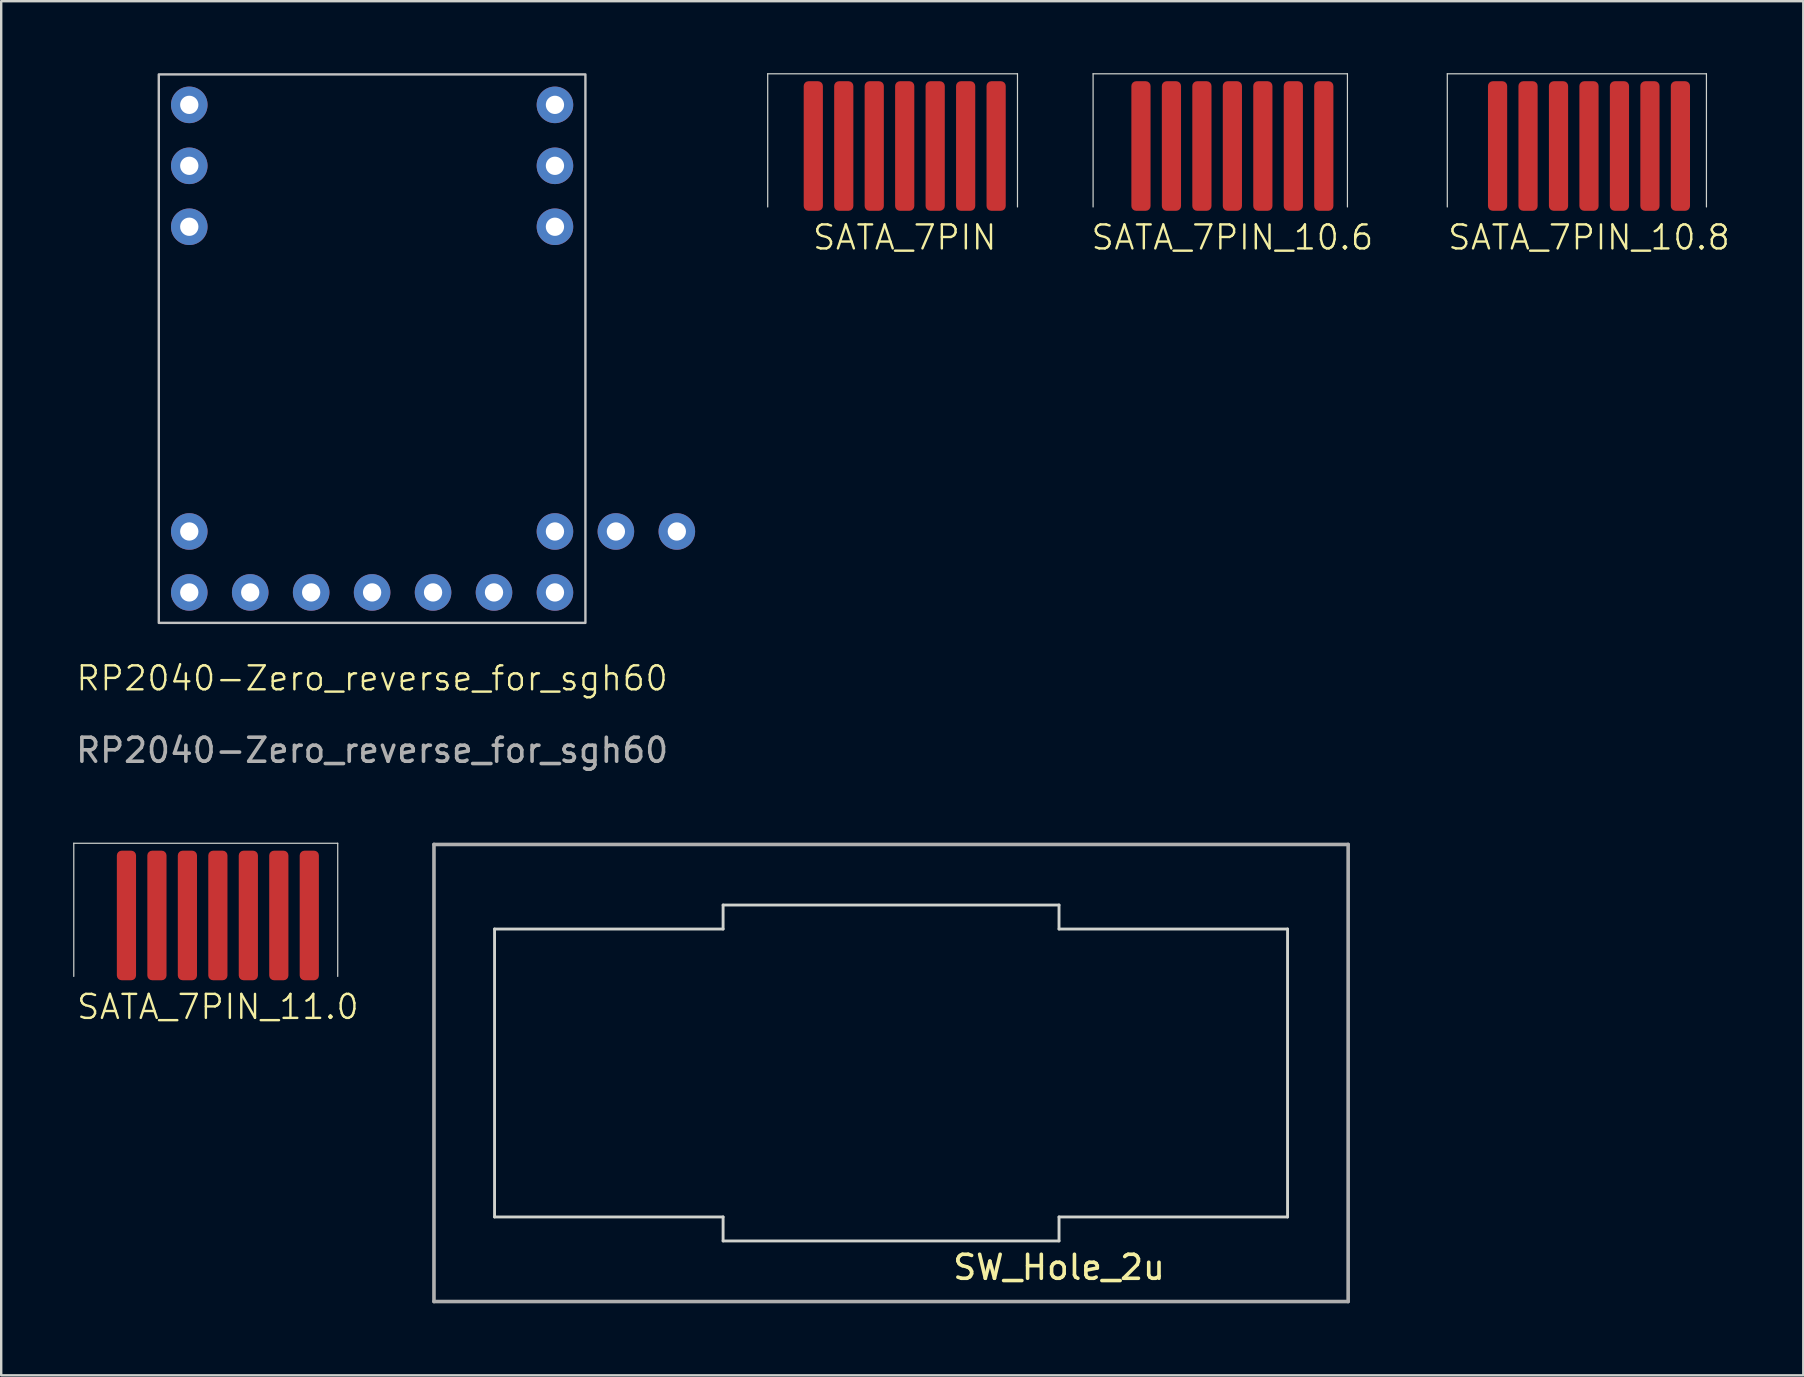
<source format=kicad_pcb>
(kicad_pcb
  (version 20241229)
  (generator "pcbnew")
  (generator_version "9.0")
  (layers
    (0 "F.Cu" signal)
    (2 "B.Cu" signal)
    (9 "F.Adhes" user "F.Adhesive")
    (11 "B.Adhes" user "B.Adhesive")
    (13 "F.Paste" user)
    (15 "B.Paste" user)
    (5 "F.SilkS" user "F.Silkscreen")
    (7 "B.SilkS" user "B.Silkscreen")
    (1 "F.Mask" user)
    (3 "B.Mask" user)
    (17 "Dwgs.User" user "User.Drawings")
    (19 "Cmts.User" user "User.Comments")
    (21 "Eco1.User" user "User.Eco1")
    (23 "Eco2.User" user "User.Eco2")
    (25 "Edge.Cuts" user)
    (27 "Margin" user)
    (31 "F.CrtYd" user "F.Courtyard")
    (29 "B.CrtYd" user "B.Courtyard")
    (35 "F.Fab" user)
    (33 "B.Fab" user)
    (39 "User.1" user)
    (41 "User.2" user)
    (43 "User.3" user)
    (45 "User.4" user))
  (footprint "SATA_7PIN_10.6"
    (layer "F.Cu")
    (at 48.311 3.035)
    (property "Reference" "SATA_7PIN_10.6" (at 0 3.81 0) (unlocked yes) (layer "F.SilkS") (effects (font (size 1 1) (thickness 0.1))))
    (attr smd)
    (fp_line (start -5.805 -3.01) (end -5.805 2.54) (stroke (width 0.05) (type default)) (layer "Edge.Cuts"))
    (fp_line (start 4.795 -3.01) (end -5.805 -3.01) (stroke (width 0.05) (type default)) (layer "Edge.Cuts"))
    (fp_line (start 4.795 -3.01) (end 4.795 2.54) (stroke (width 0.05) (type default)) (layer "Edge.Cuts"))
    (pad "1" smd roundrect (at -3.81 0 90) (size 5.4 0.8) (layers "F.Cu" "F.Mask" "F.Paste") (roundrect_rratio 0.25))
    (pad "2" smd roundrect (at -2.54 0 90) (size 5.4 0.8) (layers "F.Cu" "F.Mask" "F.Paste") (roundrect_rratio 0.25))
    (pad "3" smd roundrect (at -1.27 0 90) (size 5.4 0.8) (layers "F.Cu" "F.Mask" "F.Paste") (roundrect_rratio 0.25))
    (pad "4" smd roundrect (at 0 0 90) (size 5.4 0.8) (layers "F.Cu" "F.Mask" "F.Paste") (roundrect_rratio 0.25))
    (pad "5" smd roundrect (at 1.27 0 90) (size 5.4 0.8) (layers "F.Cu" "F.Mask" "F.Paste") (roundrect_rratio 0.25))
    (pad "6" smd roundrect (at 2.54 0 90) (size 5.4 0.8) (layers "F.Cu" "F.Mask" "F.Paste") (roundrect_rratio 0.25))
    (pad "7" smd roundrect (at 3.81 0 90) (size 5.4 0.8) (layers "F.Cu" "F.Mask" "F.Paste") (roundrect_rratio 0.25)))
  (footprint "SATA_7PIN"
    (layer "F.Cu")
    (at 34.655 3.035)
    (property "Reference" "SATA_7PIN" (at 0 3.81 0) (unlocked yes) (layer "F.SilkS") (effects (font (size 1 1) (thickness 0.1))))
    (attr smd)
    (fp_line (start -5.71 -3.01) (end -5.71 2.54) (stroke (width 0.05) (type default)) (layer "Edge.Cuts"))
    (fp_line (start 4.7 -3.01) (end -5.71 -3.01) (stroke (width 0.05) (type default)) (layer "Edge.Cuts"))
    (fp_line (start 4.7 -3.01) (end 4.7 2.54) (stroke (width 0.05) (type default)) (layer "Edge.Cuts"))
    (pad "1" smd roundrect (at -3.81 0 90) (size 5.4 0.8) (layers "F.Cu" "F.Mask" "F.Paste") (roundrect_rratio 0.25))
    (pad "2" smd roundrect (at -2.54 0 90) (size 5.4 0.8) (layers "F.Cu" "F.Mask" "F.Paste") (roundrect_rratio 0.25))
    (pad "3" smd roundrect (at -1.27 0 90) (size 5.4 0.8) (layers "F.Cu" "F.Mask" "F.Paste") (roundrect_rratio 0.25))
    (pad "4" smd roundrect (at 0 0 90) (size 5.4 0.8) (layers "F.Cu" "F.Mask" "F.Paste") (roundrect_rratio 0.25))
    (pad "5" smd roundrect (at 1.27 0 90) (size 5.4 0.8) (layers "F.Cu" "F.Mask" "F.Paste") (roundrect_rratio 0.25))
    (pad "6" smd roundrect (at 2.54 0 90) (size 5.4 0.8) (layers "F.Cu" "F.Mask" "F.Paste") (roundrect_rratio 0.25))
    (pad "7" smd roundrect (at 3.81 0 90) (size 5.4 0.8) (layers "F.Cu" "F.Mask" "F.Paste") (roundrect_rratio 0.25)))
  (footprint "SATA_7PIN_10.8"
    (layer "F.Cu")
    (at 63.173 3.035)
    (property "Reference" "SATA_7PIN_10.8" (at 0 3.81 0) (unlocked yes) (layer "F.SilkS") (effects (font (size 1 1) (thickness 0.1))))
    (attr smd)
    (fp_line (start -5.905 -3.01) (end -5.905 2.54) (stroke (width 0.05) (type default)) (layer "Edge.Cuts"))
    (fp_line (start 4.895 -3.01) (end -5.905 -3.01) (stroke (width 0.05) (type default)) (layer "Edge.Cuts"))
    (fp_line (start 4.895 -3.01) (end 4.895 2.54) (stroke (width 0.05) (type default)) (layer "Edge.Cuts"))
    (pad "1" smd roundrect (at -3.81 0 90) (size 5.4 0.8) (layers "F.Cu" "F.Mask" "F.Paste") (roundrect_rratio 0.25))
    (pad "2" smd roundrect (at -2.54 0 90) (size 5.4 0.8) (layers "F.Cu" "F.Mask" "F.Paste") (roundrect_rratio 0.25))
    (pad "3" smd roundrect (at -1.27 0 90) (size 5.4 0.8) (layers "F.Cu" "F.Mask" "F.Paste") (roundrect_rratio 0.25))
    (pad "4" smd roundrect (at 0 0 90) (size 5.4 0.8) (layers "F.Cu" "F.Mask" "F.Paste") (roundrect_rratio 0.25))
    (pad "5" smd roundrect (at 1.27 0 90) (size 5.4 0.8) (layers "F.Cu" "F.Mask" "F.Paste") (roundrect_rratio 0.25))
    (pad "6" smd roundrect (at 2.54 0 90) (size 5.4 0.8) (layers "F.Cu" "F.Mask" "F.Paste") (roundrect_rratio 0.25))
    (pad "7" smd roundrect (at 3.81 0 90) (size 5.4 0.8) (layers "F.Cu" "F.Mask" "F.Paste") (roundrect_rratio 0.25)))
  (footprint "SW_Hole_2u"
    (layer "F.Cu")
    (at 34.086 41.668)
    (property "Reference" "SW_Hole_2u" (at 7 8.1 0) (layer "F.SilkS") (effects (font (size 1 1) (thickness 0.15))))
    (attr through_hole)
    (fp_line (start -16.525 -6) (end -16.525 6) (stroke (width 0.12) (type solid)) (layer "Edge.Cuts"))
    (fp_line (start -16.525 6) (end -7 6) (stroke (width 0.12) (type solid)) (layer "Edge.Cuts"))
    (fp_line (start -7 -6) (end -16.525 -6) (stroke (width 0.12) (type solid)) (layer "Edge.Cuts"))
    (fp_line (start -7 -6) (end -7 -7) (stroke (width 0.12) (type solid)) (layer "Edge.Cuts"))
    (fp_line (start -7 7) (end -7 6) (stroke (width 0.12) (type solid)) (layer "Edge.Cuts"))
    (fp_line (start -7 7) (end 7 7) (stroke (width 0.12) (type solid)) (layer "Edge.Cuts"))
    (fp_line (start 7 -7) (end -7 -7) (stroke (width 0.12) (type solid)) (layer "Edge.Cuts"))
    (fp_line (start 7 -6) (end 7 -7) (stroke (width 0.12) (type solid)) (layer "Edge.Cuts"))
    (fp_line (start 7 6) (end 16.525 6) (stroke (width 0.12) (type solid)) (layer "Edge.Cuts"))
    (fp_line (start 7 7) (end 7 6) (stroke (width 0.12) (type solid)) (layer "Edge.Cuts"))
    (fp_line (start 16.525 -6) (end 7 -6) (stroke (width 0.12) (type solid)) (layer "Edge.Cuts"))
    (fp_line (start 16.525 6) (end 16.525 -6) (stroke (width 0.12) (type solid)) (layer "Edge.Cuts"))
    (fp_line (start -19.05 -9.525) (end -19.05 9.525) (stroke (width 0.15) (type solid)) (layer "F.Fab"))
    (fp_line (start -19.05 9.525) (end 19.05 9.525) (stroke (width 0.15) (type solid)) (layer "F.Fab"))
    (fp_line (start 19.05 -9.525) (end -19.05 -9.525) (stroke (width 0.15) (type solid)) (layer "F.Fab"))
    (fp_line (start 19.05 9.525) (end 19.05 -9.525) (stroke (width 0.15) (type solid)) (layer "F.Fab")))
  (footprint "RP2040-Zero_reverse_for_sgh60"
    (layer "F.Cu")
    (at 12.458 11.48)
    (property "Reference" "RP2040-Zero_reverse_for_sgh60" (at 0 13.74 0) (unlocked yes) (layer "F.SilkS") (effects (font (size 1 1) (thickness 0.1))))
    (attr through_hole)
    (fp_rect (start -8.89 -11.43) (end 8.89 11.43) (stroke (width 0.1) (type default)) (fill no) (layer "Dwgs.User"))
    (fp_text user "${REFERENCE}" (at 0 16.74 0) (unlocked yes) (layer "F.Fab") (effects (font (size 1 1) (thickness 0.15))))
    (pad "1" thru_hole circle (at 7.62 -10.16) (size 1.524 1.524) (drill 0.762) (layers "*.Cu" "*.Mask"))
    (pad "2" thru_hole circle (at 7.62 -7.62) (size 1.524 1.524) (drill 0.762) (layers "*.Cu" "*.Mask"))
    (pad "3" thru_hole circle (at 7.62 -5.08) (size 1.524 1.524) (drill 0.762) (layers "*.Cu" "*.Mask"))
    (pad "4" thru_hole circle (at 10.16 7.62 90) (size 1.524 1.524) (drill 0.762) (layers "*.Cu" "*.Mask"))
    (pad "5" thru_hole circle (at 12.7 7.62 90) (size 1.524 1.524) (drill 0.762) (layers "*.Cu" "*.Mask"))
    (pad "8" thru_hole circle (at 7.62 7.62) (size 1.524 1.524) (drill 0.762) (layers "*.Cu" "*.Mask"))
    (pad "9" thru_hole circle (at 7.62 10.16) (size 1.524 1.524) (drill 0.762) (layers "*.Cu" "*.Mask"))
    (pad "10" thru_hole circle (at 5.08 10.16) (size 1.524 1.524) (drill 0.762) (layers "*.Cu" "*.Mask"))
    (pad "11" thru_hole circle (at 2.54 10.16) (size 1.524 1.524) (drill 0.762) (layers "*.Cu" "*.Mask"))
    (pad "12" thru_hole circle (at 0 10.16) (size 1.524 1.524) (drill 0.762) (layers "*.Cu" "*.Mask"))
    (pad "13" thru_hole circle (at -2.54 10.16) (size 1.524 1.524) (drill 0.762) (layers "*.Cu" "*.Mask"))
    (pad "14" thru_hole circle (at -5.08 10.16) (size 1.524 1.524) (drill 0.762) (layers "*.Cu" "*.Mask"))
    (pad "15" thru_hole circle (at -7.62 10.16) (size 1.524 1.524) (drill 0.762) (layers "*.Cu" "*.Mask"))
    (pad "16" thru_hole circle (at -7.62 7.62) (size 1.524 1.524) (drill 0.762) (layers "*.Cu" "*.Mask"))
    (pad "21" thru_hole circle (at -7.62 -5.08) (size 1.524 1.524) (drill 0.762) (layers "*.Cu" "*.Mask"))
    (pad "22" thru_hole circle (at -7.62 -7.62) (size 1.524 1.524) (drill 0.762) (layers "*.Cu" "*.Mask"))
    (pad "23" thru_hole circle (at -7.62 -10.16) (size 1.524 1.524) (drill 0.762) (layers "*.Cu" "*.Mask")))
  (footprint "SATA_7PIN_11.0"
    (layer "F.Cu")
    (at 6.03 35.103)
    (property "Reference" "SATA_7PIN_11.0" (at 0 3.81 0) (unlocked yes) (layer "F.SilkS") (effects (font (size 1 1) (thickness 0.1))))
    (attr smd)
    (fp_line (start -6.005 -3.01) (end -6.005 2.54) (stroke (width 0.05) (type default)) (layer "Edge.Cuts"))
    (fp_line (start 4.995 -3.01) (end -6.005 -3.01) (stroke (width 0.05) (type default)) (layer "Edge.Cuts"))
    (fp_line (start 4.995 -3.01) (end 4.995 2.54) (stroke (width 0.05) (type default)) (layer "Edge.Cuts"))
    (pad "1" smd roundrect (at -3.81 0 90) (size 5.4 0.8) (layers "F.Cu" "F.Mask" "F.Paste") (roundrect_rratio 0.25))
    (pad "2" smd roundrect (at -2.54 0 90) (size 5.4 0.8) (layers "F.Cu" "F.Mask" "F.Paste") (roundrect_rratio 0.25))
    (pad "3" smd roundrect (at -1.27 0 90) (size 5.4 0.8) (layers "F.Cu" "F.Mask" "F.Paste") (roundrect_rratio 0.25))
    (pad "4" smd roundrect (at 0 0 90) (size 5.4 0.8) (layers "F.Cu" "F.Mask" "F.Paste") (roundrect_rratio 0.25))
    (pad "5" smd roundrect (at 1.27 0 90) (size 5.4 0.8) (layers "F.Cu" "F.Mask" "F.Paste") (roundrect_rratio 0.25))
    (pad "6" smd roundrect (at 2.54 0 90) (size 5.4 0.8) (layers "F.Cu" "F.Mask" "F.Paste") (roundrect_rratio 0.25))
    (pad "7" smd roundrect (at 3.81 0 90) (size 5.4 0.8) (layers "F.Cu" "F.Mask" "F.Paste") (roundrect_rratio 0.25)))
  (gr_rect
    (start -3 -3)
    (end 72.104 54.268)
    (stroke (width 0.1) (type default))
    (fill no)
    (layer "Edge.Cuts")))
</source>
